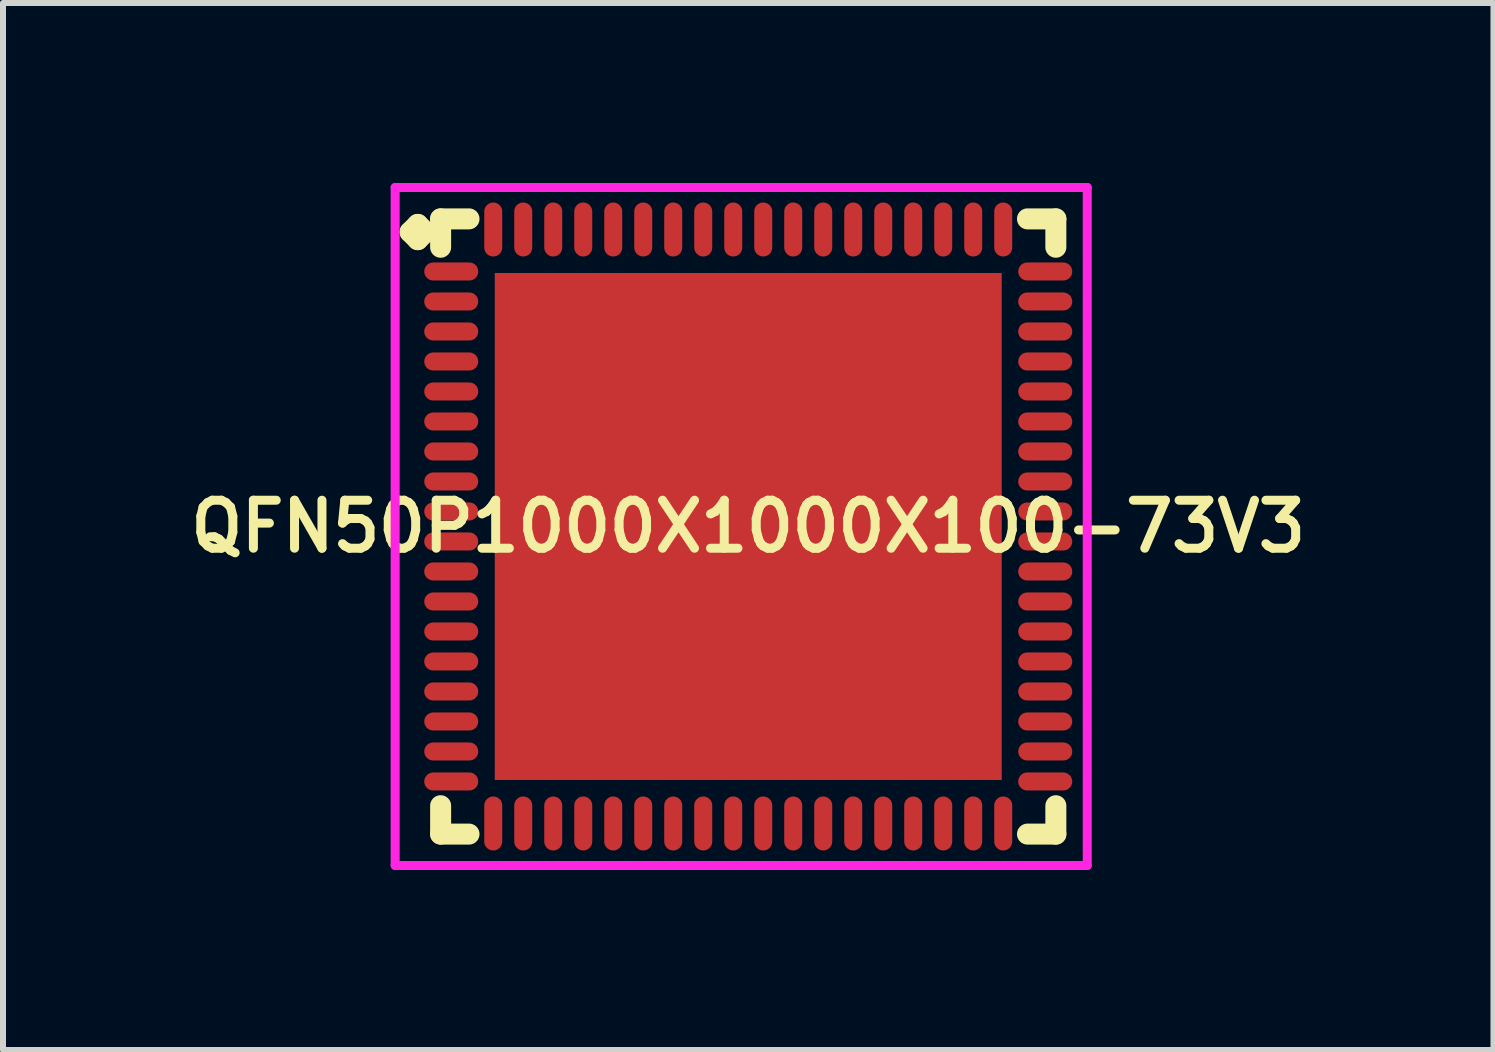
<source format=kicad_pcb>
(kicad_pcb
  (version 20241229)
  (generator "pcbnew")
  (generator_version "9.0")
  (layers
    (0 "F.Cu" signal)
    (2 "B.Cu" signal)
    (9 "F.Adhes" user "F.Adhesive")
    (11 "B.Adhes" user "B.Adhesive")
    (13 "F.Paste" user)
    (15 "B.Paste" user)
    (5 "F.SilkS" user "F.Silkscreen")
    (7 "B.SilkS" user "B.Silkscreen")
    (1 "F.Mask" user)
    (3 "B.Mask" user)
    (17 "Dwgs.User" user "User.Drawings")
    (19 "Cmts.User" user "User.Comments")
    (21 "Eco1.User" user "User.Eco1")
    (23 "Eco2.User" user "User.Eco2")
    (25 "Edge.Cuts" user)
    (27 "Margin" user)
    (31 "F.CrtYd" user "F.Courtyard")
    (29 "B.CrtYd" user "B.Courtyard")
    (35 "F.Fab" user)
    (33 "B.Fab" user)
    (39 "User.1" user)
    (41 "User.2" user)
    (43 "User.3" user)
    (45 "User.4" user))
  (footprint "QFN50P1000X1000X100-73V3"
    (layer "F.Cu")
    (at 9.421 5.725)
    (property "Reference" "QFN50P1000X1000X100-73V3" (at 0 0 0) (layer "F.SilkS") (effects (font (size 0.8 0.8) (thickness 0.15))))
    (attr smd)
    (fp_line (start -5.635 -4.908) (end -5.508 -5.035) (stroke (width 0.35) (type solid)) (layer "F.SilkS"))
    (fp_line (start -5.508 -5.035) (end -5.381 -4.908) (stroke (width 0.35) (type solid)) (layer "F.SilkS"))
    (fp_line (start -5.508 -4.781) (end -5.635 -4.908) (stroke (width 0.35) (type solid)) (layer "F.SilkS"))
    (fp_line (start -5.381 -4.908) (end -5.508 -4.781) (stroke (width 0.35) (type solid)) (layer "F.SilkS"))
    (fp_line (start -5.127 -5.127) (end -4.654 -5.127) (stroke (width 0.35) (type solid)) (layer "F.SilkS"))
    (fp_line (start -5.127 -4.654) (end -5.127 -5.127) (stroke (width 0.35) (type solid)) (layer "F.SilkS"))
    (fp_line (start -5.127 4.654) (end -5.127 5.127) (stroke (width 0.35) (type solid)) (layer "F.SilkS"))
    (fp_line (start -5.127 5.127) (end -4.654 5.127) (stroke (width 0.35) (type solid)) (layer "F.SilkS"))
    (fp_line (start 4.654 -5.127) (end 5.127 -5.127) (stroke (width 0.35) (type solid)) (layer "F.SilkS"))
    (fp_line (start 4.654 5.127) (end 5.127 5.127) (stroke (width 0.35) (type solid)) (layer "F.SilkS"))
    (fp_line (start 5.127 -5.127) (end 5.127 -4.654) (stroke (width 0.35) (type solid)) (layer "F.SilkS"))
    (fp_line (start 5.127 5.127) (end 5.127 4.654) (stroke (width 0.35) (type solid)) (layer "F.SilkS"))
    (fp_line (start -5.885 -5.65) (end 5.65 -5.65) (stroke (width 0.15) (type solid)) (layer "F.CrtYd"))
    (fp_line (start -5.885 5.65) (end -5.885 -5.65) (stroke (width 0.15) (type solid)) (layer "F.CrtYd"))
    (fp_line (start 5.65 -5.65) (end 5.65 5.65) (stroke (width 0.15) (type solid)) (layer "F.CrtYd"))
    (fp_line (start 5.65 5.65) (end -5.885 5.65) (stroke (width 0.15) (type solid)) (layer "F.CrtYd"))
    (pad "1" smd oval (at -4.95 -4.25) (size 0.9 0.3) (layers "F.Cu" "F.Mask" "F.Paste"))
    (pad "2" smd oval (at -4.95 -3.75) (size 0.9 0.3) (layers "F.Cu" "F.Mask" "F.Paste"))
    (pad "3" smd oval (at -4.95 -3.25) (size 0.9 0.3) (layers "F.Cu" "F.Mask" "F.Paste"))
    (pad "4" smd oval (at -4.95 -2.75) (size 0.9 0.3) (layers "F.Cu" "F.Mask" "F.Paste"))
    (pad "5" smd oval (at -4.95 -2.25) (size 0.9 0.3) (layers "F.Cu" "F.Mask" "F.Paste"))
    (pad "6" smd oval (at -4.95 -1.75) (size 0.9 0.3) (layers "F.Cu" "F.Mask" "F.Paste"))
    (pad "7" smd oval (at -4.95 -1.25) (size 0.9 0.3) (layers "F.Cu" "F.Mask" "F.Paste"))
    (pad "8" smd oval (at -4.95 -0.75) (size 0.9 0.3) (layers "F.Cu" "F.Mask" "F.Paste"))
    (pad "9" smd oval (at -4.95 -0.25) (size 0.9 0.3) (layers "F.Cu" "F.Mask" "F.Paste"))
    (pad "10" smd oval (at -4.95 0.25) (size 0.9 0.3) (layers "F.Cu" "F.Mask" "F.Paste"))
    (pad "11" smd oval (at -4.95 0.75) (size 0.9 0.3) (layers "F.Cu" "F.Mask" "F.Paste"))
    (pad "12" smd oval (at -4.95 1.25) (size 0.9 0.3) (layers "F.Cu" "F.Mask" "F.Paste"))
    (pad "13" smd oval (at -4.95 1.75) (size 0.9 0.3) (layers "F.Cu" "F.Mask" "F.Paste"))
    (pad "14" smd oval (at -4.95 2.25) (size 0.9 0.3) (layers "F.Cu" "F.Mask" "F.Paste"))
    (pad "15" smd oval (at -4.95 2.75) (size 0.9 0.3) (layers "F.Cu" "F.Mask" "F.Paste"))
    (pad "16" smd oval (at -4.95 3.25) (size 0.9 0.3) (layers "F.Cu" "F.Mask" "F.Paste"))
    (pad "17" smd oval (at -4.95 3.75) (size 0.9 0.3) (layers "F.Cu" "F.Mask" "F.Paste"))
    (pad "18" smd oval (at -4.95 4.25) (size 0.9 0.3) (layers "F.Cu" "F.Mask" "F.Paste"))
    (pad "19" smd oval (at -4.25 4.95) (size 0.3 0.9) (layers "F.Cu" "F.Mask" "F.Paste"))
    (pad "20" smd oval (at -3.75 4.95) (size 0.3 0.9) (layers "F.Cu" "F.Mask" "F.Paste"))
    (pad "21" smd oval (at -3.25 4.95) (size 0.3 0.9) (layers "F.Cu" "F.Mask" "F.Paste"))
    (pad "22" smd oval (at -2.75 4.95) (size 0.3 0.9) (layers "F.Cu" "F.Mask" "F.Paste"))
    (pad "23" smd oval (at -2.25 4.95) (size 0.3 0.9) (layers "F.Cu" "F.Mask" "F.Paste"))
    (pad "24" smd oval (at -1.75 4.95) (size 0.3 0.9) (layers "F.Cu" "F.Mask" "F.Paste"))
    (pad "25" smd oval (at -1.25 4.95) (size 0.3 0.9) (layers "F.Cu" "F.Mask" "F.Paste"))
    (pad "26" smd oval (at -0.75 4.95) (size 0.3 0.9) (layers "F.Cu" "F.Mask" "F.Paste"))
    (pad "27" smd oval (at -0.25 4.95) (size 0.3 0.9) (layers "F.Cu" "F.Mask" "F.Paste"))
    (pad "28" smd oval (at 0.25 4.95) (size 0.3 0.9) (layers "F.Cu" "F.Mask" "F.Paste"))
    (pad "29" smd oval (at 0.75 4.95) (size 0.3 0.9) (layers "F.Cu" "F.Mask" "F.Paste"))
    (pad "30" smd oval (at 1.25 4.95) (size 0.3 0.9) (layers "F.Cu" "F.Mask" "F.Paste"))
    (pad "31" smd oval (at 1.75 4.95) (size 0.3 0.9) (layers "F.Cu" "F.Mask" "F.Paste"))
    (pad "32" smd oval (at 2.25 4.95) (size 0.3 0.9) (layers "F.Cu" "F.Mask" "F.Paste"))
    (pad "33" smd oval (at 2.75 4.95) (size 0.3 0.9) (layers "F.Cu" "F.Mask" "F.Paste"))
    (pad "34" smd oval (at 3.25 4.95) (size 0.3 0.9) (layers "F.Cu" "F.Mask" "F.Paste"))
    (pad "35" smd oval (at 3.75 4.95) (size 0.3 0.9) (layers "F.Cu" "F.Mask" "F.Paste"))
    (pad "36" smd oval (at 4.25 4.95) (size 0.3 0.9) (layers "F.Cu" "F.Mask" "F.Paste"))
    (pad "37" smd oval (at 4.95 4.25) (size 0.9 0.3) (layers "F.Cu" "F.Mask" "F.Paste"))
    (pad "38" smd oval (at 4.95 3.75) (size 0.9 0.3) (layers "F.Cu" "F.Mask" "F.Paste"))
    (pad "39" smd oval (at 4.95 3.25) (size 0.9 0.3) (layers "F.Cu" "F.Mask" "F.Paste"))
    (pad "40" smd oval (at 4.95 2.75) (size 0.9 0.3) (layers "F.Cu" "F.Mask" "F.Paste"))
    (pad "41" smd oval (at 4.95 2.25) (size 0.9 0.3) (layers "F.Cu" "F.Mask" "F.Paste"))
    (pad "42" smd oval (at 4.95 1.75) (size 0.9 0.3) (layers "F.Cu" "F.Mask" "F.Paste"))
    (pad "43" smd oval (at 4.95 1.25) (size 0.9 0.3) (layers "F.Cu" "F.Mask" "F.Paste"))
    (pad "44" smd oval (at 4.95 0.75) (size 0.9 0.3) (layers "F.Cu" "F.Mask" "F.Paste"))
    (pad "45" smd oval (at 4.95 0.25) (size 0.9 0.3) (layers "F.Cu" "F.Mask" "F.Paste"))
    (pad "46" smd oval (at 4.95 -0.25) (size 0.9 0.3) (layers "F.Cu" "F.Mask" "F.Paste"))
    (pad "47" smd oval (at 4.95 -0.75) (size 0.9 0.3) (layers "F.Cu" "F.Mask" "F.Paste"))
    (pad "48" smd oval (at 4.95 -1.25) (size 0.9 0.3) (layers "F.Cu" "F.Mask" "F.Paste"))
    (pad "49" smd oval (at 4.95 -1.75) (size 0.9 0.3) (layers "F.Cu" "F.Mask" "F.Paste"))
    (pad "50" smd oval (at 4.95 -2.25) (size 0.9 0.3) (layers "F.Cu" "F.Mask" "F.Paste"))
    (pad "51" smd oval (at 4.95 -2.75) (size 0.9 0.3) (layers "F.Cu" "F.Mask" "F.Paste"))
    (pad "52" smd oval (at 4.95 -3.25) (size 0.9 0.3) (layers "F.Cu" "F.Mask" "F.Paste"))
    (pad "53" smd oval (at 4.95 -3.75) (size 0.9 0.3) (layers "F.Cu" "F.Mask" "F.Paste"))
    (pad "54" smd oval (at 4.95 -4.25) (size 0.9 0.3) (layers "F.Cu" "F.Mask" "F.Paste"))
    (pad "55" smd oval (at 4.25 -4.95) (size 0.3 0.9) (layers "F.Cu" "F.Mask" "F.Paste"))
    (pad "56" smd oval (at 3.75 -4.95) (size 0.3 0.9) (layers "F.Cu" "F.Mask" "F.Paste"))
    (pad "57" smd oval (at 3.25 -4.95) (size 0.3 0.9) (layers "F.Cu" "F.Mask" "F.Paste"))
    (pad "58" smd oval (at 2.75 -4.95) (size 0.3 0.9) (layers "F.Cu" "F.Mask" "F.Paste"))
    (pad "59" smd oval (at 2.25 -4.95) (size 0.3 0.9) (layers "F.Cu" "F.Mask" "F.Paste"))
    (pad "60" smd oval (at 1.75 -4.95) (size 0.3 0.9) (layers "F.Cu" "F.Mask" "F.Paste"))
    (pad "61" smd oval (at 1.25 -4.95) (size 0.3 0.9) (layers "F.Cu" "F.Mask" "F.Paste"))
    (pad "62" smd oval (at 0.75 -4.95) (size 0.3 0.9) (layers "F.Cu" "F.Mask" "F.Paste"))
    (pad "63" smd oval (at 0.25 -4.95) (size 0.3 0.9) (layers "F.Cu" "F.Mask" "F.Paste"))
    (pad "64" smd oval (at -0.25 -4.95) (size 0.3 0.9) (layers "F.Cu" "F.Mask" "F.Paste"))
    (pad "65" smd oval (at -0.75 -4.95) (size 0.3 0.9) (layers "F.Cu" "F.Mask" "F.Paste"))
    (pad "66" smd oval (at -1.25 -4.95) (size 0.3 0.9) (layers "F.Cu" "F.Mask" "F.Paste"))
    (pad "67" smd oval (at -1.75 -4.95) (size 0.3 0.9) (layers "F.Cu" "F.Mask" "F.Paste"))
    (pad "68" smd oval (at -2.25 -4.95) (size 0.3 0.9) (layers "F.Cu" "F.Mask" "F.Paste"))
    (pad "69" smd oval (at -2.75 -4.95) (size 0.3 0.9) (layers "F.Cu" "F.Mask" "F.Paste"))
    (pad "70" smd oval (at -3.25 -4.95) (size 0.3 0.9) (layers "F.Cu" "F.Mask" "F.Paste"))
    (pad "71" smd oval (at -3.75 -4.95) (size 0.3 0.9) (layers "F.Cu" "F.Mask" "F.Paste"))
    (pad "72" smd oval (at -4.25 -4.95) (size 0.3 0.9) (layers "F.Cu" "F.Mask" "F.Paste"))
    (pad "73" smd rect (at 0 0) (size 8.45 8.45) (layers "F.Cu" "F.Mask" "F.Paste")))
  (gr_rect
    (start -3 -3)
    (end 21.842 14.45)
    (stroke (width 0.1) (type default))
    (fill no)
    (layer "Edge.Cuts")))
</source>
